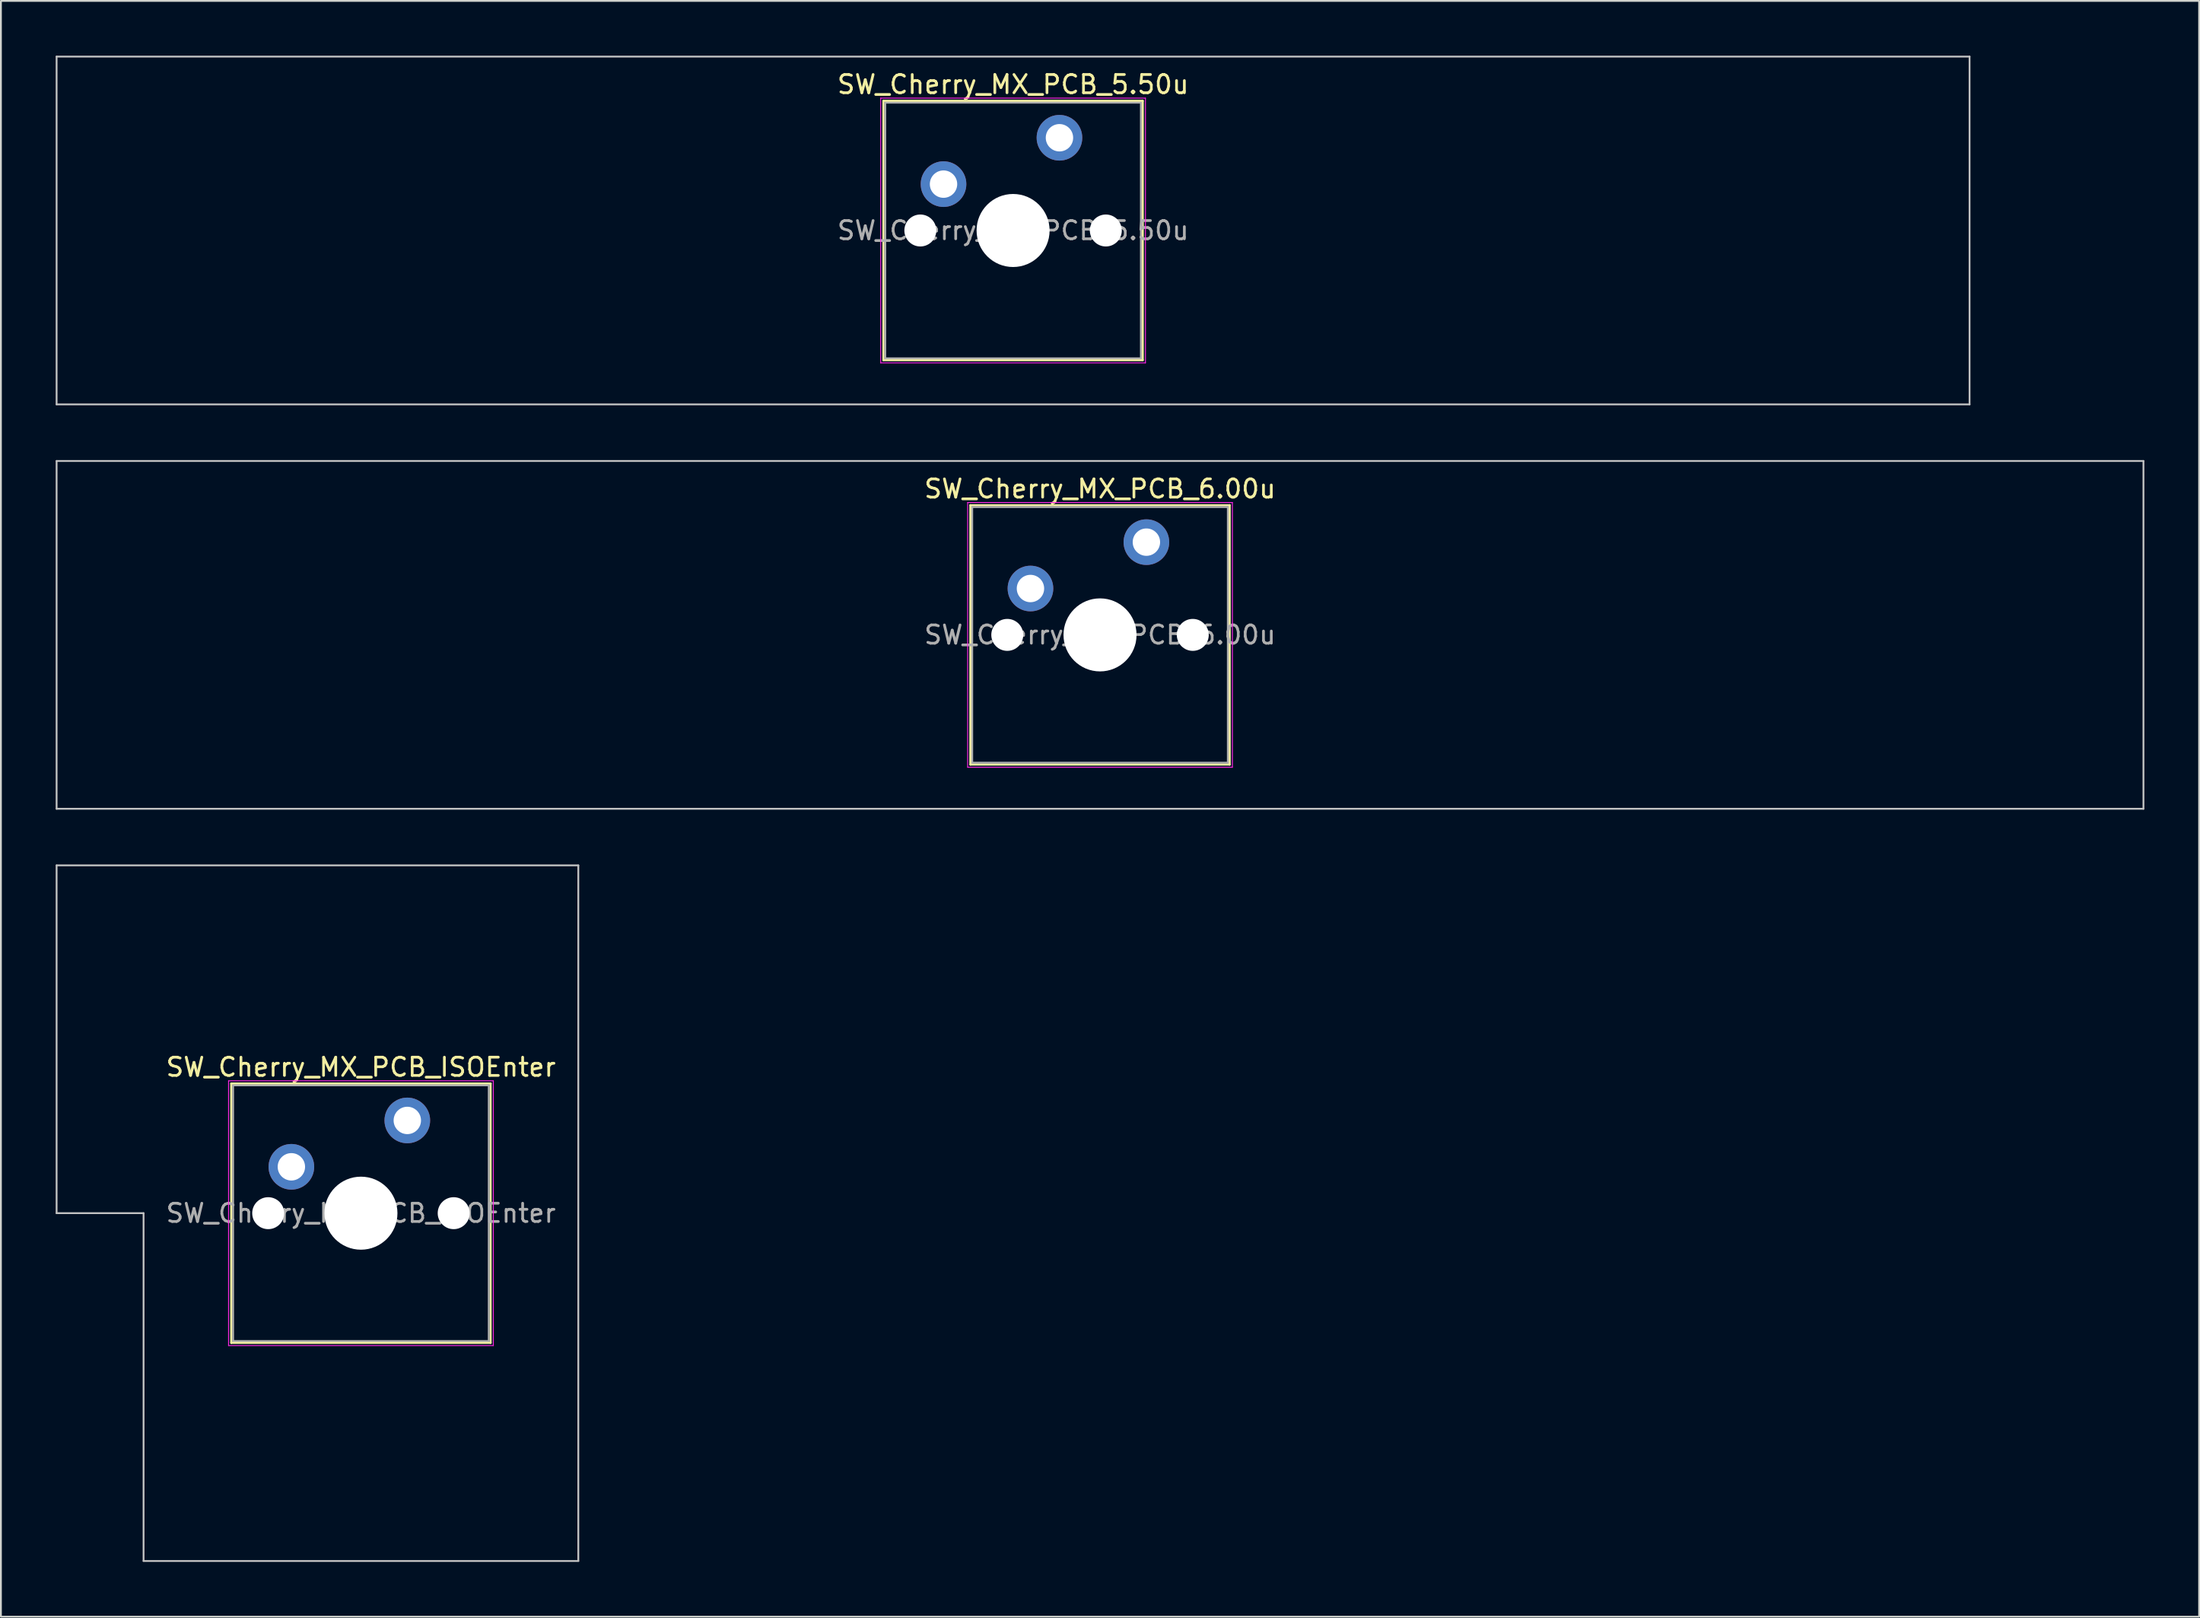
<source format=kicad_pcb>
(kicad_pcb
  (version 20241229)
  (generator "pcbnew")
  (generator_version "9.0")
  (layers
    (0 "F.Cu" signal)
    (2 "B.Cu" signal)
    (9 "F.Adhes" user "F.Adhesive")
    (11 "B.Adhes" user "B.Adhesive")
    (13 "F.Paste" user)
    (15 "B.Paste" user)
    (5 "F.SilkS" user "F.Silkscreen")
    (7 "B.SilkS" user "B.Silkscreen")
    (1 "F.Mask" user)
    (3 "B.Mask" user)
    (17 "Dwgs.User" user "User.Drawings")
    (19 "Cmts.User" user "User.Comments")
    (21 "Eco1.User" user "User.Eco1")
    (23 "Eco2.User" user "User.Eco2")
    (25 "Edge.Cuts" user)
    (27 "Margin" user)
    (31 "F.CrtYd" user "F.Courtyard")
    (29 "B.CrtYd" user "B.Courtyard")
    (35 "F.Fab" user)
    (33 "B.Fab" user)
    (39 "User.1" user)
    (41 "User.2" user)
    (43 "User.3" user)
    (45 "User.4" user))
  (footprint "SW_Cherry_MX_PCB_ISOEnter"
    (layer "F.Cu")
    (at 16.719 63.4)
    (property "Reference" "SW_Cherry_MX_PCB_ISOEnter" (at 0 -8 0) (layer "F.SilkS") (effects (font (size 1 1) (thickness 0.15))))
    (attr through_hole)
    (fp_line (start -7.1 -7.1) (end -7.1 7.1) (stroke (width 0.12) (type solid)) (layer "F.SilkS"))
    (fp_line (start -7.1 7.1) (end 7.1 7.1) (stroke (width 0.12) (type solid)) (layer "F.SilkS"))
    (fp_line (start 7.1 -7.1) (end -7.1 -7.1) (stroke (width 0.12) (type solid)) (layer "F.SilkS"))
    (fp_line (start 7.1 7.1) (end 7.1 -7.1) (stroke (width 0.12) (type solid)) (layer "F.SilkS"))
    (fp_line (start -16.669 -19.05) (end -16.669 0) (stroke (width 0.1) (type solid)) (layer "Dwgs.User"))
    (fp_line (start -16.669 0) (end -11.906 0) (stroke (width 0.1) (type solid)) (layer "Dwgs.User"))
    (fp_line (start -11.906 0) (end -11.906 19.05) (stroke (width 0.1) (type solid)) (layer "Dwgs.User"))
    (fp_line (start -11.906 19.05) (end 11.906 19.05) (stroke (width 0.1) (type solid)) (layer "Dwgs.User"))
    (fp_line (start 11.906 -19.05) (end -16.669 -19.05) (stroke (width 0.1) (type solid)) (layer "Dwgs.User"))
    (fp_line (start 11.906 19.05) (end 11.906 -19.05) (stroke (width 0.1) (type solid)) (layer "Dwgs.User"))
    (fp_line (start -7 -7) (end -7 7) (stroke (width 0.1) (type solid)) (layer "Eco1.User"))
    (fp_line (start -7 7) (end 7 7) (stroke (width 0.1) (type solid)) (layer "Eco1.User"))
    (fp_line (start 7 -7) (end -7 -7) (stroke (width 0.1) (type solid)) (layer "Eco1.User"))
    (fp_line (start 7 7) (end 7 -7) (stroke (width 0.1) (type solid)) (layer "Eco1.User"))
    (fp_line (start -7.25 -7.25) (end -7.25 7.25) (stroke (width 0.05) (type solid)) (layer "F.CrtYd"))
    (fp_line (start -7.25 7.25) (end 7.25 7.25) (stroke (width 0.05) (type solid)) (layer "F.CrtYd"))
    (fp_line (start 7.25 -7.25) (end -7.25 -7.25) (stroke (width 0.05) (type solid)) (layer "F.CrtYd"))
    (fp_line (start 7.25 7.25) (end 7.25 -7.25) (stroke (width 0.05) (type solid)) (layer "F.CrtYd"))
    (fp_line (start -7 -7) (end -7 7) (stroke (width 0.1) (type solid)) (layer "F.Fab"))
    (fp_line (start -7 7) (end 7 7) (stroke (width 0.1) (type solid)) (layer "F.Fab"))
    (fp_line (start 7 -7) (end -7 -7) (stroke (width 0.1) (type solid)) (layer "F.Fab"))
    (fp_line (start 7 7) (end 7 -7) (stroke (width 0.1) (type solid)) (layer "F.Fab"))
    (fp_text user "${REFERENCE}" (at 0 0 0) (layer "F.Fab") (effects (font (size 1 1) (thickness 0.15))))
    (pad "" np_thru_hole circle (at -5.08 0) (size 1.75 1.75) (drill 1.75) (layers "*.Cu" "*.Mask"))
    (pad "" smd circle (at -3.81 -2.54) (size 1.55 1.55) (layers "F.Mask"))
    (pad "" np_thru_hole circle (at 0 0) (size 4 4) (drill 4) (layers "*.Cu" "*.Mask"))
    (pad "" smd circle (at 2.54 -5.08) (size 1.55 1.55) (layers "F.Mask"))
    (pad "" np_thru_hole circle (at 5.08 0) (size 1.75 1.75) (drill 1.75) (layers "*.Cu" "*.Mask"))
    (pad "1" thru_hole circle (at -3.81 -2.54) (size 2.5 2.5) (drill 1.5) (layers "*.Cu" "B.Mask"))
    (pad "2" thru_hole circle (at 2.54 -5.08) (size 2.5 2.5) (drill 1.5) (layers "*.Cu" "B.Mask")))
  (footprint "SW_Cherry_MX_PCB_6.00u"
    (layer "F.Cu")
    (at 57.2 31.725)
    (property "Reference" "SW_Cherry_MX_PCB_6.00u" (at 0 -8 0) (layer "F.SilkS") (effects (font (size 1 1) (thickness 0.15))))
    (attr through_hole)
    (fp_line (start -7.1 -7.1) (end -7.1 7.1) (stroke (width 0.12) (type solid)) (layer "F.SilkS"))
    (fp_line (start -7.1 7.1) (end 7.1 7.1) (stroke (width 0.12) (type solid)) (layer "F.SilkS"))
    (fp_line (start 7.1 -7.1) (end -7.1 -7.1) (stroke (width 0.12) (type solid)) (layer "F.SilkS"))
    (fp_line (start 7.1 7.1) (end 7.1 -7.1) (stroke (width 0.12) (type solid)) (layer "F.SilkS"))
    (fp_line (start -57.15 -9.525) (end -57.15 9.525) (stroke (width 0.1) (type solid)) (layer "Dwgs.User"))
    (fp_line (start -57.15 9.525) (end 57.15 9.525) (stroke (width 0.1) (type solid)) (layer "Dwgs.User"))
    (fp_line (start 57.15 -9.525) (end -57.15 -9.525) (stroke (width 0.1) (type solid)) (layer "Dwgs.User"))
    (fp_line (start 57.15 9.525) (end 57.15 -9.525) (stroke (width 0.1) (type solid)) (layer "Dwgs.User"))
    (fp_line (start -7 -7) (end -7 7) (stroke (width 0.1) (type solid)) (layer "Eco1.User"))
    (fp_line (start -7 7) (end 7 7) (stroke (width 0.1) (type solid)) (layer "Eco1.User"))
    (fp_line (start 7 -7) (end -7 -7) (stroke (width 0.1) (type solid)) (layer "Eco1.User"))
    (fp_line (start 7 7) (end 7 -7) (stroke (width 0.1) (type solid)) (layer "Eco1.User"))
    (fp_line (start -7.25 -7.25) (end -7.25 7.25) (stroke (width 0.05) (type solid)) (layer "F.CrtYd"))
    (fp_line (start -7.25 7.25) (end 7.25 7.25) (stroke (width 0.05) (type solid)) (layer "F.CrtYd"))
    (fp_line (start 7.25 -7.25) (end -7.25 -7.25) (stroke (width 0.05) (type solid)) (layer "F.CrtYd"))
    (fp_line (start 7.25 7.25) (end 7.25 -7.25) (stroke (width 0.05) (type solid)) (layer "F.CrtYd"))
    (fp_line (start -7 -7) (end -7 7) (stroke (width 0.1) (type solid)) (layer "F.Fab"))
    (fp_line (start -7 7) (end 7 7) (stroke (width 0.1) (type solid)) (layer "F.Fab"))
    (fp_line (start 7 -7) (end -7 -7) (stroke (width 0.1) (type solid)) (layer "F.Fab"))
    (fp_line (start 7 7) (end 7 -7) (stroke (width 0.1) (type solid)) (layer "F.Fab"))
    (fp_text user "${REFERENCE}" (at 0 0 0) (layer "F.Fab") (effects (font (size 1 1) (thickness 0.15))))
    (pad "" np_thru_hole circle (at -5.08 0) (size 1.75 1.75) (drill 1.75) (layers "*.Cu" "*.Mask"))
    (pad "" smd circle (at -3.81 -2.54) (size 1.55 1.55) (layers "F.Mask"))
    (pad "" np_thru_hole circle (at 0 0) (size 4 4) (drill 4) (layers "*.Cu" "*.Mask"))
    (pad "" smd circle (at 2.54 -5.08) (size 1.55 1.55) (layers "F.Mask"))
    (pad "" np_thru_hole circle (at 5.08 0) (size 1.75 1.75) (drill 1.75) (layers "*.Cu" "*.Mask"))
    (pad "1" thru_hole circle (at -3.81 -2.54) (size 2.5 2.5) (drill 1.5) (layers "*.Cu" "B.Mask"))
    (pad "2" thru_hole circle (at 2.54 -5.08) (size 2.5 2.5) (drill 1.5) (layers "*.Cu" "B.Mask")))
  (footprint "SW_Cherry_MX_PCB_5.50u"
    (layer "F.Cu")
    (at 52.438 9.575)
    (property "Reference" "SW_Cherry_MX_PCB_5.50u" (at 0 -8 0) (layer "F.SilkS") (effects (font (size 1 1) (thickness 0.15))))
    (attr through_hole)
    (fp_line (start -7.1 -7.1) (end -7.1 7.1) (stroke (width 0.12) (type solid)) (layer "F.SilkS"))
    (fp_line (start -7.1 7.1) (end 7.1 7.1) (stroke (width 0.12) (type solid)) (layer "F.SilkS"))
    (fp_line (start 7.1 -7.1) (end -7.1 -7.1) (stroke (width 0.12) (type solid)) (layer "F.SilkS"))
    (fp_line (start 7.1 7.1) (end 7.1 -7.1) (stroke (width 0.12) (type solid)) (layer "F.SilkS"))
    (fp_line (start -52.388 -9.525) (end -52.388 9.525) (stroke (width 0.1) (type solid)) (layer "Dwgs.User"))
    (fp_line (start -52.388 9.525) (end 52.388 9.525) (stroke (width 0.1) (type solid)) (layer "Dwgs.User"))
    (fp_line (start 52.388 -9.525) (end -52.388 -9.525) (stroke (width 0.1) (type solid)) (layer "Dwgs.User"))
    (fp_line (start 52.388 9.525) (end 52.388 -9.525) (stroke (width 0.1) (type solid)) (layer "Dwgs.User"))
    (fp_line (start -7 -7) (end -7 7) (stroke (width 0.1) (type solid)) (layer "Eco1.User"))
    (fp_line (start -7 7) (end 7 7) (stroke (width 0.1) (type solid)) (layer "Eco1.User"))
    (fp_line (start 7 -7) (end -7 -7) (stroke (width 0.1) (type solid)) (layer "Eco1.User"))
    (fp_line (start 7 7) (end 7 -7) (stroke (width 0.1) (type solid)) (layer "Eco1.User"))
    (fp_line (start -7.25 -7.25) (end -7.25 7.25) (stroke (width 0.05) (type solid)) (layer "F.CrtYd"))
    (fp_line (start -7.25 7.25) (end 7.25 7.25) (stroke (width 0.05) (type solid)) (layer "F.CrtYd"))
    (fp_line (start 7.25 -7.25) (end -7.25 -7.25) (stroke (width 0.05) (type solid)) (layer "F.CrtYd"))
    (fp_line (start 7.25 7.25) (end 7.25 -7.25) (stroke (width 0.05) (type solid)) (layer "F.CrtYd"))
    (fp_line (start -7 -7) (end -7 7) (stroke (width 0.1) (type solid)) (layer "F.Fab"))
    (fp_line (start -7 7) (end 7 7) (stroke (width 0.1) (type solid)) (layer "F.Fab"))
    (fp_line (start 7 -7) (end -7 -7) (stroke (width 0.1) (type solid)) (layer "F.Fab"))
    (fp_line (start 7 7) (end 7 -7) (stroke (width 0.1) (type solid)) (layer "F.Fab"))
    (fp_text user "${REFERENCE}" (at 0 0 0) (layer "F.Fab") (effects (font (size 1 1) (thickness 0.15))))
    (pad "" np_thru_hole circle (at -5.08 0) (size 1.75 1.75) (drill 1.75) (layers "*.Cu" "*.Mask"))
    (pad "" smd circle (at -3.81 -2.54) (size 1.55 1.55) (layers "F.Mask"))
    (pad "" np_thru_hole circle (at 0 0) (size 4 4) (drill 4) (layers "*.Cu" "*.Mask"))
    (pad "" smd circle (at 2.54 -5.08) (size 1.55 1.55) (layers "F.Mask"))
    (pad "" np_thru_hole circle (at 5.08 0) (size 1.75 1.75) (drill 1.75) (layers "*.Cu" "*.Mask"))
    (pad "1" thru_hole circle (at -3.81 -2.54) (size 2.5 2.5) (drill 1.5) (layers "*.Cu" "B.Mask"))
    (pad "2" thru_hole circle (at 2.54 -5.08) (size 2.5 2.5) (drill 1.5) (layers "*.Cu" "B.Mask")))
  (gr_rect
    (start -3 -3)
    (end 117.4 85.5)
    (stroke (width 0.1) (type default))
    (fill no)
    (layer "Edge.Cuts")))
</source>
